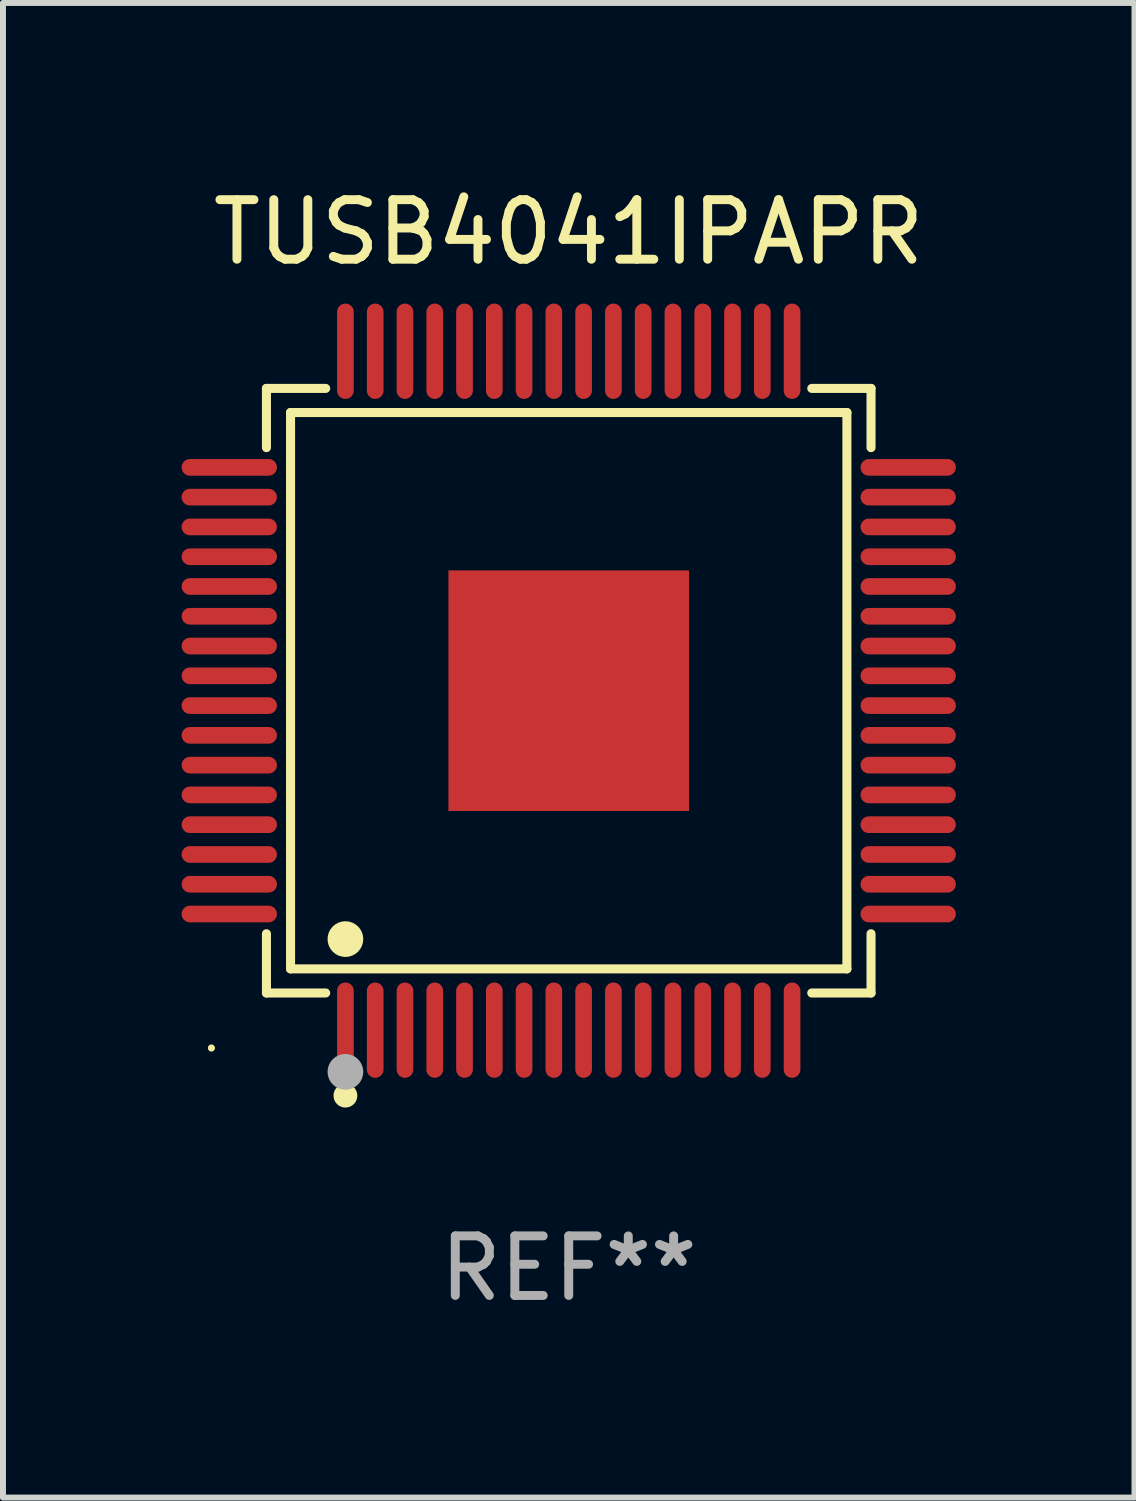
<source format=kicad_pcb>
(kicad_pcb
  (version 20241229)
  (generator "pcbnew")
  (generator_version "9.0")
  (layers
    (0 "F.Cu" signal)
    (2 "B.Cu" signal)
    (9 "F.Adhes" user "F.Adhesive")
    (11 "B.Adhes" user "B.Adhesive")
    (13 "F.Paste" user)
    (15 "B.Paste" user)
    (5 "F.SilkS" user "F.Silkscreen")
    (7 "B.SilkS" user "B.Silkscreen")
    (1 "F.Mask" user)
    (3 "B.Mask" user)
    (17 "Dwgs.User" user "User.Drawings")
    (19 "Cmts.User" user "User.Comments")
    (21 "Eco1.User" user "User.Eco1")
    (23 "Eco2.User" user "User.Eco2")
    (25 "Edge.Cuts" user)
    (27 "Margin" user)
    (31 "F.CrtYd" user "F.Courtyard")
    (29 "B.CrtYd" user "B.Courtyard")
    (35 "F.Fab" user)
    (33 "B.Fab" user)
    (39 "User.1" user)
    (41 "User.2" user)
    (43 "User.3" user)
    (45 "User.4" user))
  (footprint "TUSB4041IPAPR"
    (layer "F.Cu")
    (at 6.5 8.548)
    (property "Reference" "TUSB4041IPAPR" (at 0 -7.7 0) (layer "F.SilkS") (effects (font (size 1 1) (thickness 0.15))))
    (attr through_hole)
    (fp_line (start -5.076 -5.076) (end -4.081 -5.076) (stroke (width 0.152) (type solid)) (layer "F.SilkS"))
    (fp_line (start -5.076 -4.081) (end -5.076 -5.076) (stroke (width 0.152) (type solid)) (layer "F.SilkS"))
    (fp_line (start -5.076 4.081) (end -5.076 5.076) (stroke (width 0.152) (type solid)) (layer "F.SilkS"))
    (fp_line (start -5.076 5.076) (end -4.081 5.076) (stroke (width 0.152) (type solid)) (layer "F.SilkS"))
    (fp_line (start -4.671 -4.671) (end 4.671 -4.671) (stroke (width 0.152) (type solid)) (layer "F.SilkS"))
    (fp_line (start -4.671 4.671) (end -4.671 -4.671) (stroke (width 0.152) (type solid)) (layer "F.SilkS"))
    (fp_line (start 4.671 -4.671) (end 4.671 4.671) (stroke (width 0.152) (type solid)) (layer "F.SilkS"))
    (fp_line (start 4.671 4.671) (end -4.671 4.671) (stroke (width 0.152) (type solid)) (layer "F.SilkS"))
    (fp_line (start 5.076 -5.076) (end 4.081 -5.076) (stroke (width 0.152) (type solid)) (layer "F.SilkS"))
    (fp_line (start 5.076 -4.081) (end 5.076 -5.076) (stroke (width 0.152) (type solid)) (layer "F.SilkS"))
    (fp_line (start 5.076 4.081) (end 5.076 5.076) (stroke (width 0.152) (type solid)) (layer "F.SilkS"))
    (fp_line (start 5.076 5.076) (end 4.081 5.076) (stroke (width 0.152) (type solid)) (layer "F.SilkS"))
    (fp_circle (center -6 6) (end -5.97 6) (stroke (width 0.06) (type solid)) (fill no) (layer "F.SilkS"))
    (fp_circle (center -3.75 4.171) (end -3.6 4.171) (stroke (width 0.3) (type solid)) (fill no) (layer "F.SilkS"))
    (fp_circle (center -3.75 6.8) (end -3.65 6.8) (stroke (width 0.2) (type solid)) (fill no) (layer "F.SilkS"))
    (fp_circle (center -3.75 6.4) (end -3.6 6.4) (stroke (width 0.3) (type solid)) (fill no) (layer "F.Fab"))
    (fp_text user "REF**" (at 0 9.7 0) (layer "F.Fab") (effects (font (size 1 1) (thickness 0.15))))
    (pad "1" smd oval (at -3.75 5.7) (size 0.28 1.6) (layers "F.Cu" "F.Mask" "F.Paste"))
    (pad "2" smd oval (at -3.25 5.7) (size 0.28 1.6) (layers "F.Cu" "F.Mask" "F.Paste"))
    (pad "3" smd oval (at -2.75 5.7) (size 0.28 1.6) (layers "F.Cu" "F.Mask" "F.Paste"))
    (pad "4" smd oval (at -2.25 5.7) (size 0.28 1.6) (layers "F.Cu" "F.Mask" "F.Paste"))
    (pad "5" smd oval (at -1.75 5.7) (size 0.28 1.6) (layers "F.Cu" "F.Mask" "F.Paste"))
    (pad "6" smd oval (at -1.25 5.7) (size 0.28 1.6) (layers "F.Cu" "F.Mask" "F.Paste"))
    (pad "7" smd oval (at -0.75 5.7) (size 0.28 1.6) (layers "F.Cu" "F.Mask" "F.Paste"))
    (pad "8" smd oval (at -0.25 5.7) (size 0.28 1.6) (layers "F.Cu" "F.Mask" "F.Paste"))
    (pad "9" smd oval (at 0.25 5.7) (size 0.28 1.6) (layers "F.Cu" "F.Mask" "F.Paste"))
    (pad "10" smd oval (at 0.75 5.7) (size 0.28 1.6) (layers "F.Cu" "F.Mask" "F.Paste"))
    (pad "11" smd oval (at 1.25 5.7) (size 0.28 1.6) (layers "F.Cu" "F.Mask" "F.Paste"))
    (pad "12" smd oval (at 1.75 5.7) (size 0.28 1.6) (layers "F.Cu" "F.Mask" "F.Paste"))
    (pad "13" smd oval (at 2.25 5.7) (size 0.28 1.6) (layers "F.Cu" "F.Mask" "F.Paste"))
    (pad "14" smd oval (at 2.75 5.7) (size 0.28 1.6) (layers "F.Cu" "F.Mask" "F.Paste"))
    (pad "15" smd oval (at 3.25 5.7) (size 0.28 1.6) (layers "F.Cu" "F.Mask" "F.Paste"))
    (pad "16" smd oval (at 3.75 5.7) (size 0.28 1.6) (layers "F.Cu" "F.Mask" "F.Paste"))
    (pad "17" smd oval (at 5.7 3.75) (size 1.6 0.28) (layers "F.Cu" "F.Mask" "F.Paste"))
    (pad "18" smd oval (at 5.7 3.25) (size 1.6 0.28) (layers "F.Cu" "F.Mask" "F.Paste"))
    (pad "19" smd oval (at 5.7 2.75) (size 1.6 0.28) (layers "F.Cu" "F.Mask" "F.Paste"))
    (pad "20" smd oval (at 5.7 2.25) (size 1.6 0.28) (layers "F.Cu" "F.Mask" "F.Paste"))
    (pad "21" smd oval (at 5.7 1.75) (size 1.6 0.28) (layers "F.Cu" "F.Mask" "F.Paste"))
    (pad "22" smd oval (at 5.7 1.25) (size 1.6 0.28) (layers "F.Cu" "F.Mask" "F.Paste"))
    (pad "23" smd oval (at 5.7 0.75) (size 1.6 0.28) (layers "F.Cu" "F.Mask" "F.Paste"))
    (pad "24" smd oval (at 5.7 0.25) (size 1.6 0.28) (layers "F.Cu" "F.Mask" "F.Paste"))
    (pad "25" smd oval (at 5.7 -0.25) (size 1.6 0.28) (layers "F.Cu" "F.Mask" "F.Paste"))
    (pad "26" smd oval (at 5.7 -0.75) (size 1.6 0.28) (layers "F.Cu" "F.Mask" "F.Paste"))
    (pad "27" smd oval (at 5.7 -1.25) (size 1.6 0.28) (layers "F.Cu" "F.Mask" "F.Paste"))
    (pad "28" smd oval (at 5.7 -1.75) (size 1.6 0.28) (layers "F.Cu" "F.Mask" "F.Paste"))
    (pad "29" smd oval (at 5.7 -2.25) (size 1.6 0.28) (layers "F.Cu" "F.Mask" "F.Paste"))
    (pad "30" smd oval (at 5.7 -2.75) (size 1.6 0.28) (layers "F.Cu" "F.Mask" "F.Paste"))
    (pad "31" smd oval (at 5.7 -3.25) (size 1.6 0.28) (layers "F.Cu" "F.Mask" "F.Paste"))
    (pad "32" smd oval (at 5.7 -3.75) (size 1.6 0.28) (layers "F.Cu" "F.Mask" "F.Paste"))
    (pad "33" smd oval (at 3.75 -5.7) (size 0.28 1.6) (layers "F.Cu" "F.Mask" "F.Paste"))
    (pad "34" smd oval (at 3.25 -5.7) (size 0.28 1.6) (layers "F.Cu" "F.Mask" "F.Paste"))
    (pad "35" smd oval (at 2.75 -5.7) (size 0.28 1.6) (layers "F.Cu" "F.Mask" "F.Paste"))
    (pad "36" smd oval (at 2.25 -5.7) (size 0.28 1.6) (layers "F.Cu" "F.Mask" "F.Paste"))
    (pad "37" smd oval (at 1.75 -5.7) (size 0.28 1.6) (layers "F.Cu" "F.Mask" "F.Paste"))
    (pad "38" smd oval (at 1.25 -5.7) (size 0.28 1.6) (layers "F.Cu" "F.Mask" "F.Paste"))
    (pad "39" smd oval (at 0.75 -5.7) (size 0.28 1.6) (layers "F.Cu" "F.Mask" "F.Paste"))
    (pad "40" smd oval (at 0.25 -5.7) (size 0.28 1.6) (layers "F.Cu" "F.Mask" "F.Paste"))
    (pad "41" smd oval (at -0.25 -5.7) (size 0.28 1.6) (layers "F.Cu" "F.Mask" "F.Paste"))
    (pad "42" smd oval (at -0.75 -5.7) (size 0.28 1.6) (layers "F.Cu" "F.Mask" "F.Paste"))
    (pad "43" smd oval (at -1.25 -5.7) (size 0.28 1.6) (layers "F.Cu" "F.Mask" "F.Paste"))
    (pad "44" smd oval (at -1.75 -5.7) (size 0.28 1.6) (layers "F.Cu" "F.Mask" "F.Paste"))
    (pad "45" smd oval (at -2.25 -5.7) (size 0.28 1.6) (layers "F.Cu" "F.Mask" "F.Paste"))
    (pad "46" smd oval (at -2.75 -5.7) (size 0.28 1.6) (layers "F.Cu" "F.Mask" "F.Paste"))
    (pad "47" smd oval (at -3.25 -5.7) (size 0.28 1.6) (layers "F.Cu" "F.Mask" "F.Paste"))
    (pad "48" smd oval (at -3.75 -5.7) (size 0.28 1.6) (layers "F.Cu" "F.Mask" "F.Paste"))
    (pad "49" smd oval (at -5.7 -3.75) (size 1.6 0.28) (layers "F.Cu" "F.Mask" "F.Paste"))
    (pad "50" smd oval (at -5.7 -3.25) (size 1.6 0.28) (layers "F.Cu" "F.Mask" "F.Paste"))
    (pad "51" smd oval (at -5.7 -2.75) (size 1.6 0.28) (layers "F.Cu" "F.Mask" "F.Paste"))
    (pad "52" smd oval (at -5.7 -2.25) (size 1.6 0.28) (layers "F.Cu" "F.Mask" "F.Paste"))
    (pad "53" smd oval (at -5.7 -1.75) (size 1.6 0.28) (layers "F.Cu" "F.Mask" "F.Paste"))
    (pad "54" smd oval (at -5.7 -1.25) (size 1.6 0.28) (layers "F.Cu" "F.Mask" "F.Paste"))
    (pad "55" smd oval (at -5.7 -0.75) (size 1.6 0.28) (layers "F.Cu" "F.Mask" "F.Paste"))
    (pad "56" smd oval (at -5.7 -0.25) (size 1.6 0.28) (layers "F.Cu" "F.Mask" "F.Paste"))
    (pad "57" smd oval (at -5.7 0.25) (size 1.6 0.28) (layers "F.Cu" "F.Mask" "F.Paste"))
    (pad "58" smd oval (at -5.7 0.75) (size 1.6 0.28) (layers "F.Cu" "F.Mask" "F.Paste"))
    (pad "59" smd oval (at -5.7 1.25) (size 1.6 0.28) (layers "F.Cu" "F.Mask" "F.Paste"))
    (pad "60" smd oval (at -5.7 1.75) (size 1.6 0.28) (layers "F.Cu" "F.Mask" "F.Paste"))
    (pad "61" smd oval (at -5.7 2.25) (size 1.6 0.28) (layers "F.Cu" "F.Mask" "F.Paste"))
    (pad "62" smd oval (at -5.7 2.75) (size 1.6 0.28) (layers "F.Cu" "F.Mask" "F.Paste"))
    (pad "63" smd oval (at -5.7 3.25) (size 1.6 0.28) (layers "F.Cu" "F.Mask" "F.Paste"))
    (pad "64" smd oval (at -5.7 3.75) (size 1.6 0.28) (layers "F.Cu" "F.Mask" "F.Paste"))
    (pad "65" smd rect (at 0 0) (size 4.04 4.04) (layers "F.Cu" "F.Mask" "F.Paste")))
  (gr_rect
    (start -3 -3)
    (end 16 22.097)
    (stroke (width 0.1) (type default))
    (fill no)
    (layer "Edge.Cuts")))
</source>
